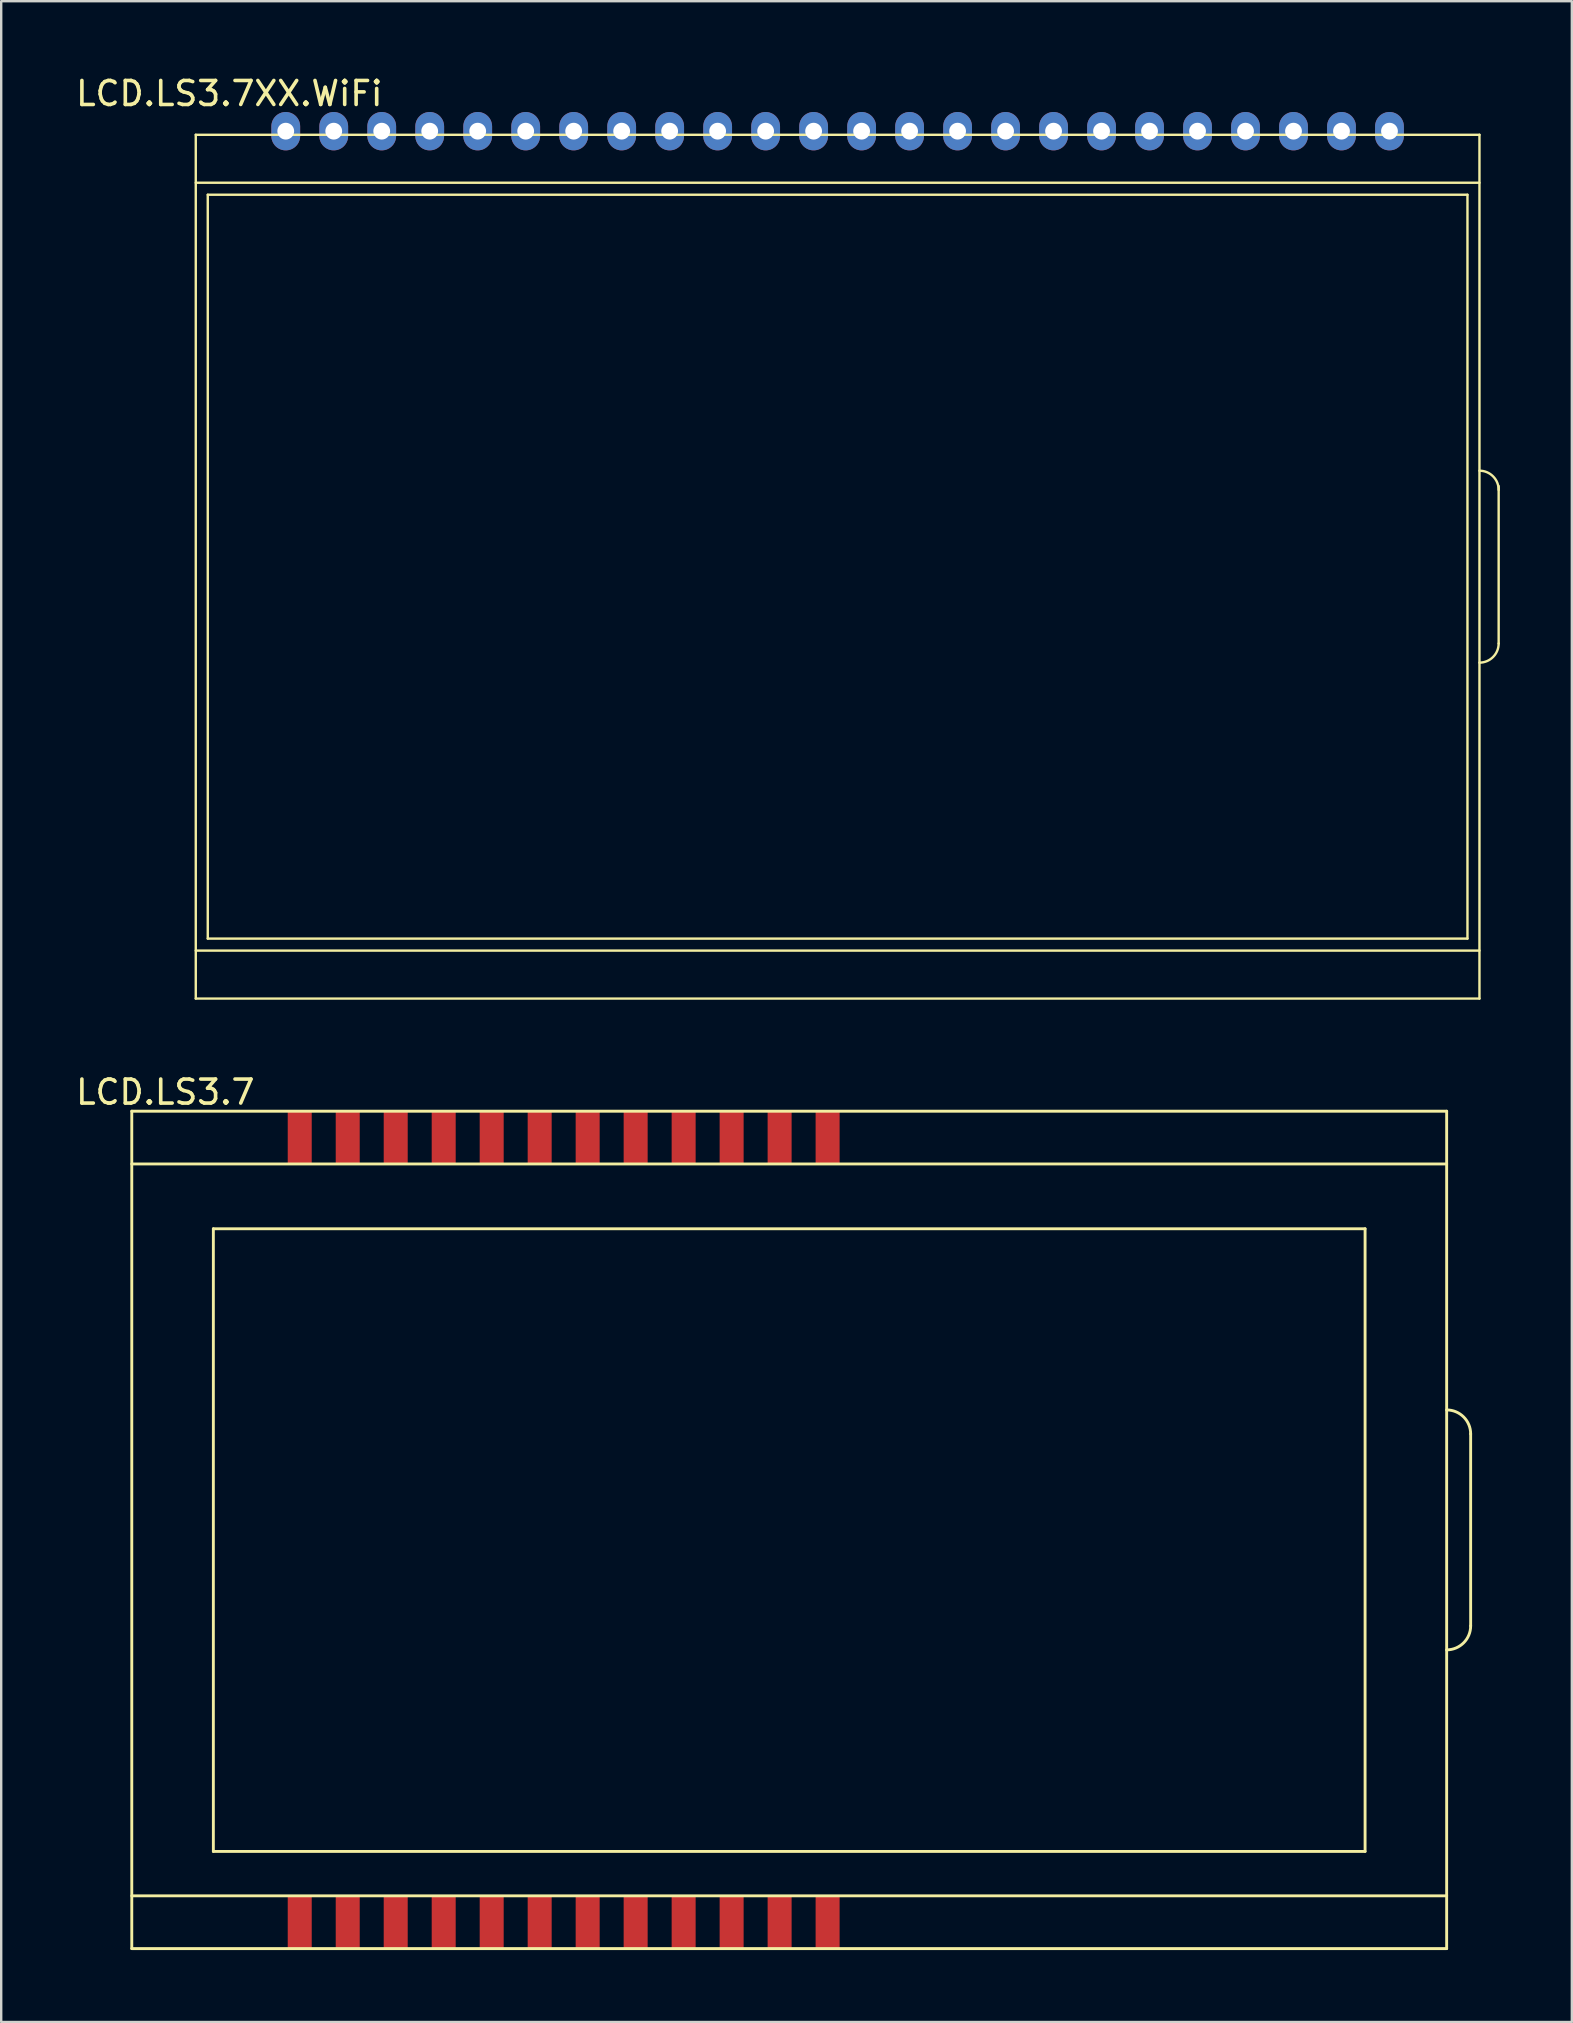
<source format=kicad_pcb>
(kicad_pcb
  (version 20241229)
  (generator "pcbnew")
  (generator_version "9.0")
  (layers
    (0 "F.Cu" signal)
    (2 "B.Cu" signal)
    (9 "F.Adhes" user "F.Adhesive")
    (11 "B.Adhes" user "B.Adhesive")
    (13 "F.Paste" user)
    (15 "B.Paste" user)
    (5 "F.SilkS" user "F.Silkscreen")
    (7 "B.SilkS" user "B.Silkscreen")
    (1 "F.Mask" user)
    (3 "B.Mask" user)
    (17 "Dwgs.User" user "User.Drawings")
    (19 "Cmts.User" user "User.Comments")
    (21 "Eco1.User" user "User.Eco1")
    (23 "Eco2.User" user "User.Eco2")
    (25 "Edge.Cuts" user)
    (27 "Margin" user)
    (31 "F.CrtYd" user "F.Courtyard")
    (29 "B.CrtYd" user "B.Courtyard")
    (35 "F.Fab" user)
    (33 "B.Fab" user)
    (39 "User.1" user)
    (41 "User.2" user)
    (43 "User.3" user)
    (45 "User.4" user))
  (footprint "LCD.LS3.7XX.WiFi"
    (layer "F.Cu")
    (at 29.874 21.549)
    (property "Reference" "LCD.LS3.7XX.WiFi" (at -23.368 -20.701 0) (layer "F.SilkS") (effects (font (size 1 1) (thickness 0.15))))
    (attr through_hole)
    (fp_line (start -24.765 -18.982) (end 28.735 -18.982) (stroke (width 0.1) (type solid)) (layer "F.SilkS"))
    (fp_line (start -24.765 -16.982) (end 28.735 -16.982) (stroke (width 0.1) (type solid)) (layer "F.SilkS"))
    (fp_line (start -24.765 15.018) (end 28.735 15.018) (stroke (width 0.1) (type solid)) (layer "F.SilkS"))
    (fp_line (start -24.765 17.018) (end -24.765 -18.982) (stroke (width 0.1) (type solid)) (layer "F.SilkS"))
    (fp_line (start -24.765 17.018) (end 28.735 17.018) (stroke (width 0.1) (type solid)) (layer "F.SilkS"))
    (fp_line (start -24.265 -16.482) (end 28.235 -16.482) (stroke (width 0.1) (type solid)) (layer "F.SilkS"))
    (fp_line (start -24.265 14.518) (end -24.265 -16.482) (stroke (width 0.1) (type solid)) (layer "F.SilkS"))
    (fp_line (start -24.265 14.518) (end 28.235 14.518) (stroke (width 0.1) (type solid)) (layer "F.SilkS"))
    (fp_line (start 28.235 14.518) (end 28.235 -16.482) (stroke (width 0.1) (type solid)) (layer "F.SilkS"))
    (fp_line (start 28.735 17.018) (end 28.735 -18.982) (stroke (width 0.1) (type solid)) (layer "F.SilkS"))
    (fp_line (start 29.535 -4.339) (end 29.535 2.218) (stroke (width 0.1) (type solid)) (layer "F.SilkS"))
    (fp_arc (start 28.735 -4.982) (mid 29.300685 -4.747685) (end 29.535 -4.182) (stroke (width 0.1) (type solid)) (layer "F.SilkS"))
    (fp_arc (start 29.535 2.218) (mid 29.300685 2.783685) (end 28.735 3.018) (stroke (width 0.1) (type solid)) (layer "F.SilkS"))
    (pad "1" thru_hole oval (at -21.015 -19.132) (size 1.2 1.6) (drill 0.7) (layers "*.Cu" "*.Mask"))
    (pad "2" thru_hole oval (at -19.015 -19.132) (size 1.2 1.6) (drill 0.7) (layers "*.Cu" "*.Mask"))
    (pad "3" thru_hole oval (at -17.015 -19.132) (size 1.2 1.6) (drill 0.7) (layers "*.Cu" "*.Mask"))
    (pad "4" thru_hole oval (at -15.015 -19.132) (size 1.2 1.6) (drill 0.7) (layers "*.Cu" "*.Mask"))
    (pad "5" thru_hole oval (at -13.015 -19.132) (size 1.2 1.6) (drill 0.7) (layers "*.Cu" "*.Mask"))
    (pad "6" thru_hole oval (at -11.015 -19.132) (size 1.2 1.6) (drill 0.7) (layers "*.Cu" "*.Mask"))
    (pad "7" thru_hole oval (at -9.015 -19.132) (size 1.2 1.6) (drill 0.7) (layers "*.Cu" "*.Mask"))
    (pad "8" thru_hole oval (at -7.015 -19.132) (size 1.2 1.6) (drill 0.7) (layers "*.Cu" "*.Mask"))
    (pad "9" thru_hole oval (at -5.015 -19.132) (size 1.2 1.6) (drill 0.7) (layers "*.Cu" "*.Mask"))
    (pad "10" thru_hole oval (at -3.015 -19.132) (size 1.2 1.6) (drill 0.7) (layers "*.Cu" "*.Mask"))
    (pad "11" thru_hole oval (at -1.015 -19.132) (size 1.2 1.6) (drill 0.7) (layers "*.Cu" "*.Mask"))
    (pad "12" thru_hole oval (at 0.985 -19.132) (size 1.2 1.6) (drill 0.7) (layers "*.Cu" "*.Mask"))
    (pad "13" thru_hole oval (at 2.985 -19.132) (size 1.2 1.6) (drill 0.7) (layers "*.Cu" "*.Mask"))
    (pad "14" thru_hole oval (at 4.985 -19.132) (size 1.2 1.6) (drill 0.7) (layers "*.Cu" "*.Mask"))
    (pad "15" thru_hole oval (at 6.985 -19.132) (size 1.2 1.6) (drill 0.7) (layers "*.Cu" "*.Mask"))
    (pad "16" thru_hole oval (at 8.985 -19.132) (size 1.2 1.6) (drill 0.7) (layers "*.Cu" "*.Mask"))
    (pad "17" thru_hole oval (at 10.985 -19.132) (size 1.2 1.6) (drill 0.7) (layers "*.Cu" "*.Mask"))
    (pad "18" thru_hole oval (at 12.985 -19.132) (size 1.2 1.6) (drill 0.7) (layers "*.Cu" "*.Mask"))
    (pad "19" thru_hole oval (at 14.985 -19.132) (size 1.2 1.6) (drill 0.7) (layers "*.Cu" "*.Mask"))
    (pad "20" thru_hole oval (at 16.985 -19.132) (size 1.2 1.6) (drill 0.7) (layers "*.Cu" "*.Mask"))
    (pad "21" thru_hole oval (at 18.985 -19.132) (size 1.2 1.6) (drill 0.7) (layers "*.Cu" "*.Mask"))
    (pad "22" thru_hole oval (at 20.985 -19.132) (size 1.2 1.6) (drill 0.7) (layers "*.Cu" "*.Mask"))
    (pad "23" thru_hole oval (at 22.985 -19.132) (size 1.2 1.6) (drill 0.7) (layers "*.Cu" "*.Mask"))
    (pad "24" thru_hole oval (at 24.985 -19.132) (size 1.2 1.6) (drill 0.7) (layers "*.Cu" "*.Mask")))
  (footprint "LCD.LS3.7"
    (layer "F.Cu")
    (at 28.604 61.397)
    (property "Reference" "LCD.LS3.7" (at -24.765 -18.931 0) (layer "F.SilkS") (effects (font (size 1 1) (thickness 0.15))))
    (attr through_hole)
    (fp_line (start -26.162 -18.136) (end 28.638 -18.136) (stroke (width 0.12) (type solid)) (layer "F.SilkS"))
    (fp_line (start -26.162 -15.936) (end 28.638 -15.936) (stroke (width 0.12) (type solid)) (layer "F.SilkS"))
    (fp_line (start -26.162 14.564) (end 28.638 14.564) (stroke (width 0.12) (type solid)) (layer "F.SilkS"))
    (fp_line (start -26.162 16.764) (end -26.162 -18.136) (stroke (width 0.12) (type solid)) (layer "F.SilkS"))
    (fp_line (start -26.162 16.764) (end 28.638 16.764) (stroke (width 0.12) (type solid)) (layer "F.SilkS"))
    (fp_line (start -22.762 -13.236) (end 25.238 -13.236) (stroke (width 0.12) (type solid)) (layer "F.SilkS"))
    (fp_line (start -22.762 12.714) (end -22.762 -13.236) (stroke (width 0.12) (type solid)) (layer "F.SilkS"))
    (fp_line (start -22.762 12.714) (end 25.238 12.714) (stroke (width 0.12) (type solid)) (layer "F.SilkS"))
    (fp_line (start 25.238 12.714) (end 25.238 -13.236) (stroke (width 0.12) (type solid)) (layer "F.SilkS"))
    (fp_line (start 28.638 16.764) (end 28.638 -18.136) (stroke (width 0.12) (type solid)) (layer "F.SilkS"))
    (fp_line (start 29.638 -4.686) (end 29.638 3.314) (stroke (width 0.12) (type solid)) (layer "F.SilkS"))
    (fp_arc (start 28.638 -5.686) (mid 29.345107 -5.393107) (end 29.638 -4.686) (stroke (width 0.12) (type solid)) (layer "F.SilkS"))
    (fp_arc (start 29.638 3.314) (mid 29.345107 4.021107) (end 28.638 4.314) (stroke (width 0.12) (type solid)) (layer "F.SilkS"))
    (pad "1" smd rect (at -19.162 15.664) (size 1 2.2) (layers "F.Cu" "F.Mask" "F.Paste"))
    (pad "2" smd rect (at -17.162 15.664) (size 1 2.2) (layers "F.Cu" "F.Mask" "F.Paste"))
    (pad "3" smd rect (at -15.162 15.664) (size 1 2.2) (layers "F.Cu" "F.Mask" "F.Paste"))
    (pad "4" smd rect (at -13.162 15.664) (size 1 2.2) (layers "F.Cu" "F.Mask" "F.Paste"))
    (pad "5" smd rect (at -11.162 15.664) (size 1 2.2) (layers "F.Cu" "F.Mask" "F.Paste"))
    (pad "6" smd rect (at -9.162 15.664) (size 1 2.2) (layers "F.Cu" "F.Mask" "F.Paste"))
    (pad "7" smd rect (at -7.162 15.664) (size 1 2.2) (layers "F.Cu" "F.Mask" "F.Paste"))
    (pad "8" smd rect (at -5.162 15.664) (size 1 2.2) (layers "F.Cu" "F.Mask" "F.Paste"))
    (pad "9" smd rect (at -3.162 15.664) (size 1 2.2) (layers "F.Cu" "F.Mask" "F.Paste"))
    (pad "10" smd rect (at -1.162 15.664) (size 1 2.2) (layers "F.Cu" "F.Mask" "F.Paste"))
    (pad "11" smd rect (at 0.838 15.664) (size 1 2.2) (layers "F.Cu" "F.Mask" "F.Paste"))
    (pad "12" smd rect (at 2.838 15.664) (size 1 2.2) (layers "F.Cu" "F.Mask" "F.Paste"))
    (pad "13" smd rect (at 2.838 -17.036) (size 1 2.2) (layers "F.Cu" "F.Mask" "F.Paste"))
    (pad "14" smd rect (at 0.838 -17.036) (size 1 2.2) (layers "F.Cu" "F.Mask" "F.Paste"))
    (pad "15" smd rect (at -1.162 -17.036) (size 1 2.2) (layers "F.Cu" "F.Mask" "F.Paste"))
    (pad "16" smd rect (at -3.162 -17.036) (size 1 2.2) (layers "F.Cu" "F.Mask" "F.Paste"))
    (pad "17" smd rect (at -5.162 -17.036) (size 1 2.2) (layers "F.Cu" "F.Mask" "F.Paste"))
    (pad "18" smd rect (at -7.162 -17.036) (size 1 2.2) (layers "F.Cu" "F.Mask" "F.Paste"))
    (pad "19" smd rect (at -9.162 -17.036) (size 1 2.2) (layers "F.Cu" "F.Mask" "F.Paste"))
    (pad "20" smd rect (at -11.162 -17.036) (size 1 2.2) (layers "F.Cu" "F.Mask" "F.Paste"))
    (pad "21" smd rect (at -13.162 -17.036) (size 1 2.2) (layers "F.Cu" "F.Mask" "F.Paste"))
    (pad "22" smd rect (at -15.162 -17.036) (size 1 2.2) (layers "F.Cu" "F.Mask" "F.Paste"))
    (pad "23" smd rect (at -17.162 -17.036) (size 1 2.2) (layers "F.Cu" "F.Mask" "F.Paste"))
    (pad "24" smd rect (at -19.162 -17.036) (size 1 2.2) (layers "F.Cu" "F.Mask" "F.Paste")))
  (gr_rect
    (start -3 -3)
    (end 62.459 81.221)
    (stroke (width 0.1) (type default))
    (fill no)
    (layer "Edge.Cuts")))
</source>
